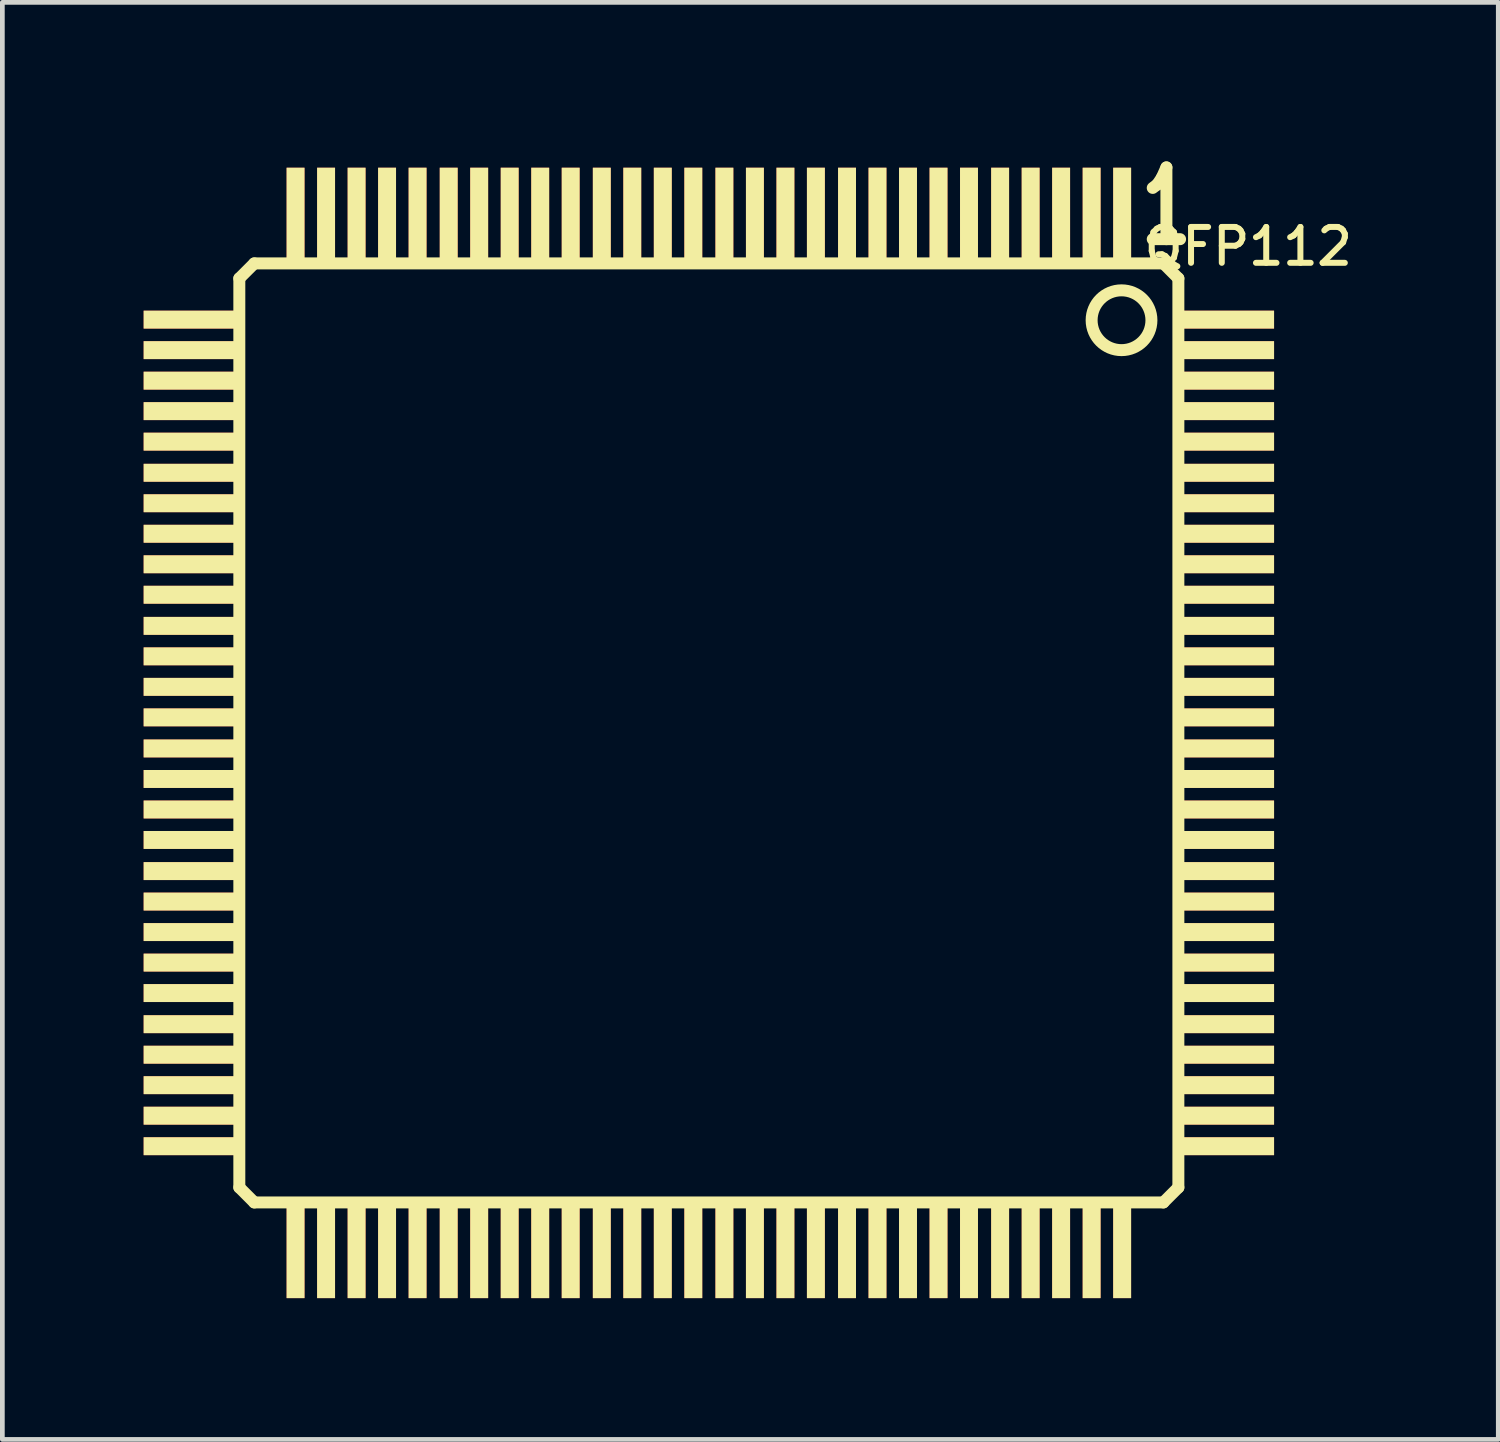
<source format=kicad_pcb>
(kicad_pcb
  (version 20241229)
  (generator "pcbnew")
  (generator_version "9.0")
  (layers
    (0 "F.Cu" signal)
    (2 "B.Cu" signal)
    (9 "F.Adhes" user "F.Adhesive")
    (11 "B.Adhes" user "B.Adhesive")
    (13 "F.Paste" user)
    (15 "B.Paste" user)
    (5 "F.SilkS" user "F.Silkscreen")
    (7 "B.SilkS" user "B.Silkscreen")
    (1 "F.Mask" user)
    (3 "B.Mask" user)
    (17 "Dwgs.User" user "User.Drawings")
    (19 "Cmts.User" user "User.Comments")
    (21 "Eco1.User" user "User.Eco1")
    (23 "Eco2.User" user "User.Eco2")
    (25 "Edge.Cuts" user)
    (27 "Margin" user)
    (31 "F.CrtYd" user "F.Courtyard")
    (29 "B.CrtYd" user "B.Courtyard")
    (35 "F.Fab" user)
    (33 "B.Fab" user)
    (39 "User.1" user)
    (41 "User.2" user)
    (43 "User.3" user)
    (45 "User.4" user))
  (footprint "LQFP112"
    (layer "F.Cu")
    (at 12.002 12.513)
    (property "Reference" "LQFP112" (at 11.146 -10.328 0) (layer "F.SilkS") (effects (font (size 0.762 0.762) (thickness 0.127))))
    (attr through_hole)
    (fp_line (start -9.97 -9.652) (end -9.97 9.652) (stroke (width 0.254) (type solid)) (layer "F.SilkS"))
    (fp_line (start -9.97 -9.652) (end -9.652 -9.97) (stroke (width 0.254) (type solid)) (layer "F.SilkS"))
    (fp_line (start -9.97 9.652) (end -9.652 9.97) (stroke (width 0.254) (type solid)) (layer "F.SilkS"))
    (fp_line (start -9.652 -9.97) (end 9.652 -9.97) (stroke (width 0.254) (type solid)) (layer "F.SilkS"))
    (fp_line (start 9.652 9.97) (end -9.652 9.97) (stroke (width 0.254) (type solid)) (layer "F.SilkS"))
    (fp_line (start 9.97 -9.652) (end 9.652 -9.97) (stroke (width 0.254) (type solid)) (layer "F.SilkS"))
    (fp_line (start 9.97 9.652) (end 9.652 9.97) (stroke (width 0.254) (type solid)) (layer "F.SilkS"))
    (fp_line (start 9.97 9.652) (end 9.97 -9.652) (stroke (width 0.254) (type solid)) (layer "F.SilkS"))
    (fp_circle (center 8.763 -8.763) (end 8.763 -8.128) (stroke (width 0.254) (type solid)) (fill no) (layer "F.SilkS"))
    (fp_text user "1" (at 9.716 -11.176 0) (layer "F.SilkS") (effects (font (size 1.524 1.016) (thickness 0.254))))
    (pad "1" smd rect (at 8.776 -10.986 90) (size 2.032 0.381) (layers "F.Cu" "F.Mask" "F.SilkS" "F.Paste"))
    (pad "2" smd rect (at 8.128 -10.986 90) (size 2.032 0.381) (layers "F.Cu" "F.Mask" "F.SilkS" "F.Paste"))
    (pad "3" smd rect (at 7.48 -10.986 90) (size 2.032 0.381) (layers "F.Cu" "F.Mask" "F.SilkS" "F.Paste"))
    (pad "4" smd rect (at 6.833 -10.986 90) (size 2.032 0.381) (layers "F.Cu" "F.Mask" "F.SilkS" "F.Paste"))
    (pad "5" smd rect (at 6.185 -10.986 90) (size 2.032 0.381) (layers "F.Cu" "F.Mask" "F.SilkS" "F.Paste"))
    (pad "6" smd rect (at 5.524 -10.986 90) (size 2.032 0.381) (layers "F.Cu" "F.Mask" "F.SilkS" "F.Paste"))
    (pad "7" smd rect (at 4.877 -10.986 90) (size 2.032 0.381) (layers "F.Cu" "F.Mask" "F.SilkS" "F.Paste"))
    (pad "8" smd rect (at 4.229 -10.986 90) (size 2.032 0.381) (layers "F.Cu" "F.Mask" "F.SilkS" "F.Paste"))
    (pad "9" smd rect (at 3.581 -10.986 90) (size 2.032 0.381) (layers "F.Cu" "F.Mask" "F.SilkS" "F.Paste"))
    (pad "10" smd rect (at 2.934 -10.986 90) (size 2.032 0.381) (layers "F.Cu" "F.Mask" "F.SilkS" "F.Paste"))
    (pad "11" smd rect (at 2.273 -10.986 90) (size 2.032 0.381) (layers "F.Cu" "F.Mask" "F.SilkS" "F.Paste"))
    (pad "12" smd rect (at 1.626 -10.986 90) (size 2.032 0.381) (layers "F.Cu" "F.Mask" "F.SilkS" "F.Paste"))
    (pad "13" smd rect (at 0.978 -10.986 90) (size 2.032 0.381) (layers "F.Cu" "F.Mask" "F.SilkS" "F.Paste"))
    (pad "14" smd rect (at 0.33 -10.986 90) (size 2.032 0.381) (layers "F.Cu" "F.Mask" "F.SilkS" "F.Paste"))
    (pad "15" smd rect (at -0.33 -10.986 90) (size 2.032 0.381) (layers "F.Cu" "F.Mask" "F.SilkS" "F.Paste"))
    (pad "16" smd rect (at -0.978 -10.986 90) (size 2.032 0.381) (layers "F.Cu" "F.Mask" "F.SilkS" "F.Paste"))
    (pad "17" smd rect (at -1.626 -10.986 90) (size 2.032 0.381) (layers "F.Cu" "F.Mask" "F.SilkS" "F.Paste"))
    (pad "18" smd rect (at -2.273 -10.986 90) (size 2.032 0.381) (layers "F.Cu" "F.Mask" "F.SilkS" "F.Paste"))
    (pad "19" smd rect (at -2.934 -10.986 90) (size 2.032 0.381) (layers "F.Cu" "F.Mask" "F.SilkS" "F.Paste"))
    (pad "20" smd rect (at -3.581 -10.986 90) (size 2.032 0.381) (layers "F.Cu" "F.Mask" "F.SilkS" "F.Paste"))
    (pad "21" smd rect (at -4.229 -10.986 90) (size 2.032 0.381) (layers "F.Cu" "F.Mask" "F.SilkS" "F.Paste"))
    (pad "22" smd rect (at -4.877 -10.986 90) (size 2.032 0.381) (layers "F.Cu" "F.Mask" "F.SilkS" "F.Paste"))
    (pad "23" smd rect (at -5.524 -10.986 90) (size 2.032 0.381) (layers "F.Cu" "F.Mask" "F.SilkS" "F.Paste"))
    (pad "24" smd rect (at -6.185 -10.986 90) (size 2.032 0.381) (layers "F.Cu" "F.Mask" "F.SilkS" "F.Paste"))
    (pad "25" smd rect (at -6.833 -10.986 90) (size 2.032 0.381) (layers "F.Cu" "F.Mask" "F.SilkS" "F.Paste"))
    (pad "26" smd rect (at -7.48 -10.986 90) (size 2.032 0.381) (layers "F.Cu" "F.Mask" "F.SilkS" "F.Paste"))
    (pad "27" smd rect (at -8.128 -10.986 90) (size 2.032 0.381) (layers "F.Cu" "F.Mask" "F.SilkS" "F.Paste"))
    (pad "28" smd rect (at -8.776 -10.986 90) (size 2.032 0.381) (layers "F.Cu" "F.Mask" "F.SilkS" "F.Paste"))
    (pad "29" smd rect (at -10.986 -8.776) (size 2.032 0.381) (layers "F.Cu" "F.Mask" "F.SilkS" "F.Paste"))
    (pad "30" smd rect (at -10.986 -8.128) (size 2.032 0.381) (layers "F.Cu" "F.Mask" "F.SilkS" "F.Paste"))
    (pad "31" smd rect (at -10.986 -7.48) (size 2.032 0.381) (layers "F.Cu" "F.Mask" "F.SilkS" "F.Paste"))
    (pad "32" smd rect (at -10.986 -6.833) (size 2.032 0.381) (layers "F.Cu" "F.Mask" "F.SilkS" "F.Paste"))
    (pad "33" smd rect (at -10.986 -6.185) (size 2.032 0.381) (layers "F.Cu" "F.Mask" "F.SilkS" "F.Paste"))
    (pad "34" smd rect (at -10.986 -5.524) (size 2.032 0.381) (layers "F.Cu" "F.Mask" "F.SilkS" "F.Paste"))
    (pad "35" smd rect (at -10.986 -4.877) (size 2.032 0.381) (layers "F.Cu" "F.Mask" "F.SilkS" "F.Paste"))
    (pad "36" smd rect (at -10.986 -4.229) (size 2.032 0.381) (layers "F.Cu" "F.Mask" "F.SilkS" "F.Paste"))
    (pad "37" smd rect (at -10.986 -3.581) (size 2.032 0.381) (layers "F.Cu" "F.Mask" "F.SilkS" "F.Paste"))
    (pad "38" smd rect (at -10.986 -2.934) (size 2.032 0.381) (layers "F.Cu" "F.Mask" "F.SilkS" "F.Paste"))
    (pad "39" smd rect (at -10.986 -2.273) (size 2.032 0.381) (layers "F.Cu" "F.Mask" "F.SilkS" "F.Paste"))
    (pad "40" smd rect (at -10.986 -1.626) (size 2.032 0.381) (layers "F.Cu" "F.Mask" "F.SilkS" "F.Paste"))
    (pad "41" smd rect (at -10.986 -0.978) (size 2.032 0.381) (layers "F.Cu" "F.Mask" "F.SilkS" "F.Paste"))
    (pad "42" smd rect (at -10.986 -0.33) (size 2.032 0.381) (layers "F.Cu" "F.Mask" "F.SilkS" "F.Paste"))
    (pad "43" smd rect (at -10.986 0.33) (size 2.032 0.381) (layers "F.Cu" "F.Mask" "F.SilkS" "F.Paste"))
    (pad "44" smd rect (at -10.986 0.978) (size 2.032 0.381) (layers "F.Cu" "F.Mask" "F.SilkS" "F.Paste"))
    (pad "45" smd rect (at -10.986 1.626) (size 2.032 0.381) (layers "F.Cu" "F.Mask" "F.SilkS" "F.Paste"))
    (pad "46" smd rect (at -10.986 2.273) (size 2.032 0.381) (layers "F.Cu" "F.Mask" "F.SilkS" "F.Paste"))
    (pad "47" smd rect (at -10.986 2.934) (size 2.032 0.381) (layers "F.Cu" "F.Mask" "F.SilkS" "F.Paste"))
    (pad "48" smd rect (at -10.986 3.581) (size 2.032 0.381) (layers "F.Cu" "F.Mask" "F.SilkS" "F.Paste"))
    (pad "49" smd rect (at -10.986 4.229) (size 2.032 0.381) (layers "F.Cu" "F.Mask" "F.SilkS" "F.Paste"))
    (pad "50" smd rect (at -10.986 4.877) (size 2.032 0.381) (layers "F.Cu" "F.Mask" "F.SilkS" "F.Paste"))
    (pad "51" smd rect (at -10.986 5.524) (size 2.032 0.381) (layers "F.Cu" "F.Mask" "F.SilkS" "F.Paste"))
    (pad "52" smd rect (at -10.986 6.185) (size 2.032 0.381) (layers "F.Cu" "F.Mask" "F.SilkS" "F.Paste"))
    (pad "53" smd rect (at -10.986 6.833) (size 2.032 0.381) (layers "F.Cu" "F.Mask" "F.SilkS" "F.Paste"))
    (pad "54" smd rect (at -10.986 7.48) (size 2.032 0.381) (layers "F.Cu" "F.Mask" "F.SilkS" "F.Paste"))
    (pad "55" smd rect (at -10.986 8.128) (size 2.032 0.381) (layers "F.Cu" "F.Mask" "F.SilkS" "F.Paste"))
    (pad "56" smd rect (at -10.986 8.776) (size 2.032 0.381) (layers "F.Cu" "F.Mask" "F.SilkS" "F.Paste"))
    (pad "57" smd rect (at -8.776 10.986 90) (size 2.032 0.381) (layers "F.Cu" "F.Mask" "F.SilkS" "F.Paste"))
    (pad "58" smd rect (at -8.128 10.986 90) (size 2.032 0.381) (layers "F.Cu" "F.Mask" "F.SilkS" "F.Paste"))
    (pad "59" smd rect (at -7.48 10.986 90) (size 2.032 0.381) (layers "F.Cu" "F.Mask" "F.SilkS" "F.Paste"))
    (pad "60" smd rect (at -6.833 10.986 90) (size 2.032 0.381) (layers "F.Cu" "F.Mask" "F.SilkS" "F.Paste"))
    (pad "61" smd rect (at -6.185 10.986 90) (size 2.032 0.381) (layers "F.Cu" "F.Mask" "F.SilkS" "F.Paste"))
    (pad "62" smd rect (at -5.524 10.986 90) (size 2.032 0.381) (layers "F.Cu" "F.Mask" "F.SilkS" "F.Paste"))
    (pad "63" smd rect (at -4.877 10.986 90) (size 2.032 0.381) (layers "F.Cu" "F.Mask" "F.SilkS" "F.Paste"))
    (pad "64" smd rect (at -4.229 10.986 90) (size 2.032 0.381) (layers "F.Cu" "F.Mask" "F.SilkS" "F.Paste"))
    (pad "65" smd rect (at -3.581 10.986 90) (size 2.032 0.381) (layers "F.Cu" "F.Mask" "F.SilkS" "F.Paste"))
    (pad "66" smd rect (at -2.934 10.986 90) (size 2.032 0.381) (layers "F.Cu" "F.Mask" "F.SilkS" "F.Paste"))
    (pad "67" smd rect (at -2.273 10.986 90) (size 2.032 0.381) (layers "F.Cu" "F.Mask" "F.SilkS" "F.Paste"))
    (pad "68" smd rect (at -1.626 10.986 90) (size 2.032 0.381) (layers "F.Cu" "F.Mask" "F.SilkS" "F.Paste"))
    (pad "69" smd rect (at -0.978 10.986 90) (size 2.032 0.381) (layers "F.Cu" "F.Mask" "F.SilkS" "F.Paste"))
    (pad "70" smd rect (at -0.33 10.986 90) (size 2.032 0.381) (layers "F.Cu" "F.Mask" "F.SilkS" "F.Paste"))
    (pad "71" smd rect (at 0.33 10.986 90) (size 2.032 0.381) (layers "F.Cu" "F.Mask" "F.SilkS" "F.Paste"))
    (pad "72" smd rect (at 0.978 10.986 90) (size 2.032 0.381) (layers "F.Cu" "F.Mask" "F.SilkS" "F.Paste"))
    (pad "73" smd rect (at 1.626 10.986 90) (size 2.032 0.381) (layers "F.Cu" "F.Mask" "F.SilkS" "F.Paste"))
    (pad "74" smd rect (at 2.273 10.986 90) (size 2.032 0.381) (layers "F.Cu" "F.Mask" "F.SilkS" "F.Paste"))
    (pad "75" smd rect (at 2.934 10.986 90) (size 2.032 0.381) (layers "F.Cu" "F.Mask" "F.SilkS" "F.Paste"))
    (pad "76" smd rect (at 3.581 10.986 90) (size 2.032 0.381) (layers "F.Cu" "F.Mask" "F.SilkS" "F.Paste"))
    (pad "77" smd rect (at 4.229 10.986 90) (size 2.032 0.381) (layers "F.Cu" "F.Mask" "F.SilkS" "F.Paste"))
    (pad "78" smd rect (at 4.877 10.986 90) (size 2.032 0.381) (layers "F.Cu" "F.Mask" "F.SilkS" "F.Paste"))
    (pad "79" smd rect (at 5.524 10.986 90) (size 2.032 0.381) (layers "F.Cu" "F.Mask" "F.SilkS" "F.Paste"))
    (pad "80" smd rect (at 6.185 10.986 90) (size 2.032 0.381) (layers "F.Cu" "F.Mask" "F.SilkS" "F.Paste"))
    (pad "81" smd rect (at 6.833 10.986 90) (size 2.032 0.381) (layers "F.Cu" "F.Mask" "F.SilkS" "F.Paste"))
    (pad "82" smd rect (at 7.48 10.986 90) (size 2.032 0.381) (layers "F.Cu" "F.Mask" "F.SilkS" "F.Paste"))
    (pad "83" smd rect (at 8.128 10.986 90) (size 2.032 0.381) (layers "F.Cu" "F.Mask" "F.SilkS" "F.Paste"))
    (pad "84" smd rect (at 8.776 10.986 90) (size 2.032 0.381) (layers "F.Cu" "F.Mask" "F.SilkS" "F.Paste"))
    (pad "85" smd rect (at 10.986 8.776) (size 2.032 0.381) (layers "F.Cu" "F.Mask" "F.SilkS" "F.Paste"))
    (pad "86" smd rect (at 10.986 8.128) (size 2.032 0.381) (layers "F.Cu" "F.Mask" "F.SilkS" "F.Paste"))
    (pad "87" smd rect (at 10.986 7.48) (size 2.032 0.381) (layers "F.Cu" "F.Mask" "F.SilkS" "F.Paste"))
    (pad "88" smd rect (at 10.986 6.833) (size 2.032 0.381) (layers "F.Cu" "F.Mask" "F.SilkS" "F.Paste"))
    (pad "89" smd rect (at 10.986 6.185) (size 2.032 0.381) (layers "F.Cu" "F.Mask" "F.SilkS" "F.Paste"))
    (pad "90" smd rect (at 10.986 5.524) (size 2.032 0.381) (layers "F.Cu" "F.Mask" "F.SilkS" "F.Paste"))
    (pad "91" smd rect (at 10.986 4.877) (size 2.032 0.381) (layers "F.Cu" "F.Mask" "F.SilkS" "F.Paste"))
    (pad "92" smd rect (at 10.986 4.229) (size 2.032 0.381) (layers "F.Cu" "F.Mask" "F.SilkS" "F.Paste"))
    (pad "93" smd rect (at 10.986 3.581) (size 2.032 0.381) (layers "F.Cu" "F.Mask" "F.SilkS" "F.Paste"))
    (pad "94" smd rect (at 10.986 2.934) (size 2.032 0.381) (layers "F.Cu" "F.Mask" "F.SilkS" "F.Paste"))
    (pad "95" smd rect (at 10.986 2.273) (size 2.032 0.381) (layers "F.Cu" "F.Mask" "F.SilkS" "F.Paste"))
    (pad "96" smd rect (at 10.986 1.626) (size 2.032 0.381) (layers "F.Cu" "F.Mask" "F.SilkS" "F.Paste"))
    (pad "97" smd rect (at 10.986 0.978) (size 2.032 0.381) (layers "F.Cu" "F.Mask" "F.SilkS" "F.Paste"))
    (pad "98" smd rect (at 10.986 0.33) (size 2.032 0.381) (layers "F.Cu" "F.Mask" "F.SilkS" "F.Paste"))
    (pad "99" smd rect (at 10.986 -0.33) (size 2.032 0.381) (layers "F.Cu" "F.Mask" "F.SilkS" "F.Paste"))
    (pad "100" smd rect (at 10.986 -0.978) (size 2.032 0.381) (layers "F.Cu" "F.Mask" "F.SilkS" "F.Paste"))
    (pad "101" smd rect (at 10.986 -1.626) (size 2.032 0.381) (layers "F.Cu" "F.Mask" "F.SilkS" "F.Paste"))
    (pad "102" smd rect (at 10.986 -2.273) (size 2.032 0.381) (layers "F.Cu" "F.Mask" "F.SilkS" "F.Paste"))
    (pad "103" smd rect (at 10.986 -2.934) (size 2.032 0.381) (layers "F.Cu" "F.Mask" "F.SilkS" "F.Paste"))
    (pad "104" smd rect (at 10.986 -3.581) (size 2.032 0.381) (layers "F.Cu" "F.Mask" "F.SilkS" "F.Paste"))
    (pad "105" smd rect (at 10.986 -4.229) (size 2.032 0.381) (layers "F.Cu" "F.Mask" "F.SilkS" "F.Paste"))
    (pad "106" smd rect (at 10.986 -4.877) (size 2.032 0.381) (layers "F.Cu" "F.Mask" "F.SilkS" "F.Paste"))
    (pad "107" smd rect (at 10.986 -5.524) (size 2.032 0.381) (layers "F.Cu" "F.Mask" "F.SilkS" "F.Paste"))
    (pad "108" smd rect (at 10.986 -6.185) (size 2.032 0.381) (layers "F.Cu" "F.Mask" "F.SilkS" "F.Paste"))
    (pad "109" smd rect (at 10.986 -6.833) (size 2.032 0.381) (layers "F.Cu" "F.Mask" "F.SilkS" "F.Paste"))
    (pad "110" smd rect (at 10.986 -7.48) (size 2.032 0.381) (layers "F.Cu" "F.Mask" "F.SilkS" "F.Paste"))
    (pad "111" smd rect (at 10.986 -8.128) (size 2.032 0.381) (layers "F.Cu" "F.Mask" "F.SilkS" "F.Paste"))
    (pad "112" smd rect (at 10.986 -8.776) (size 2.032 0.381) (layers "F.Cu" "F.Mask" "F.SilkS" "F.Paste")))
  (gr_rect
    (start -3 -3)
    (end 28.765 27.515)
    (stroke (width 0.1) (type default))
    (fill no)
    (layer "Edge.Cuts")))
</source>
